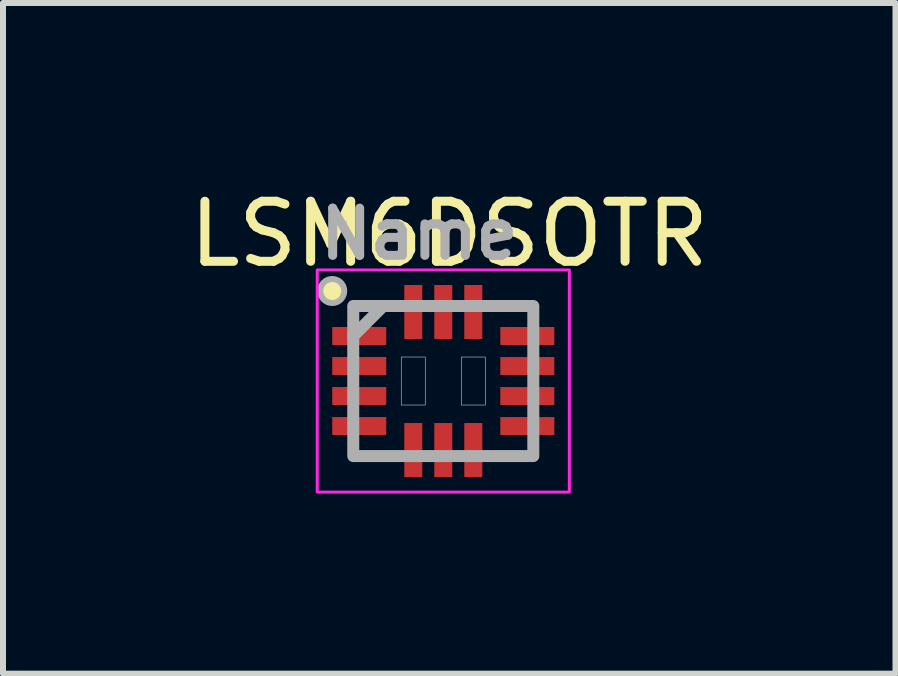
<source format=kicad_pcb>
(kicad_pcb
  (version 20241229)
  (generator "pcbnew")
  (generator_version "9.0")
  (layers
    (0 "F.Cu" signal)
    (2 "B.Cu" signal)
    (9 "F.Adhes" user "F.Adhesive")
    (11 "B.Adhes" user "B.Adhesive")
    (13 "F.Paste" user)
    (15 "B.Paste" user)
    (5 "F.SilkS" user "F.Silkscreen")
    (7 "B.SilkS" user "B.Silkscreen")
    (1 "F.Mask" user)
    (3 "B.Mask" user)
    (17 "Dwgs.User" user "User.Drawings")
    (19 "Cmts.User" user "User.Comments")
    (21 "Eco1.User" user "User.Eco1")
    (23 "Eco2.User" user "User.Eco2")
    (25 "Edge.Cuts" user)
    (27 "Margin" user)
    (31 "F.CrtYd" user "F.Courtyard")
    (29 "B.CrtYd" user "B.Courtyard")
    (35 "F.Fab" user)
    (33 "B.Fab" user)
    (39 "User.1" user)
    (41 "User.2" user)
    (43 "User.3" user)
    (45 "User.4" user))
  (footprint "LSM6DSOTR"
    (layer "F.Cu")
    (at 4.335 3.298)
    (property "Reference" "LSM6DSOTR" (at 0.1 -2.45 0) (layer "F.SilkS") (effects (font (size 1 1) (thickness 0.15))))
    (attr smd)
    (fp_rect (start -0.65 -1.6) (end -0.35 -0.7) (stroke (width 0.01) (type solid)) (fill yes) (layer "F.Mask"))
    (fp_rect (start -0.65 0.7) (end -0.35 1.6) (stroke (width 0.01) (type solid)) (fill yes) (layer "F.Mask"))
    (fp_rect (start -0.15 -1.6) (end 0.15 -0.7) (stroke (width 0.01) (type solid)) (fill yes) (layer "F.Mask"))
    (fp_rect (start -0.15 0.7) (end 0.15 1.6) (stroke (width 0.01) (type solid)) (fill yes) (layer "F.Mask"))
    (fp_rect (start 0.35 -1.6) (end 0.65 -0.7) (stroke (width 0.01) (type solid)) (fill yes) (layer "F.Mask"))
    (fp_rect (start 0.35 0.7) (end 0.65 1.6) (stroke (width 0.01) (type solid)) (fill yes) (layer "F.Mask"))
    (fp_poly (pts (xy -1.85 -0.9) (xy -0.95 -0.9) (xy -0.95 -0.6) (xy -1.85 -0.6)) (stroke (width 0.01) (type solid)) (fill yes) (layer "F.Mask"))
    (fp_poly (pts (xy -1.85 -0.4) (xy -0.95 -0.4) (xy -0.95 -0.1) (xy -1.85 -0.1)) (stroke (width 0.01) (type solid)) (fill yes) (layer "F.Mask"))
    (fp_poly (pts (xy -1.85 0.1) (xy -0.95 0.1) (xy -0.95 0.4) (xy -1.85 0.4)) (stroke (width 0.01) (type solid)) (fill yes) (layer "F.Mask"))
    (fp_poly (pts (xy -1.85 0.6) (xy -0.95 0.6) (xy -0.95 0.9) (xy -1.85 0.9)) (stroke (width 0.01) (type solid)) (fill yes) (layer "F.Mask"))
    (fp_poly (pts (xy 0.95 -0.9) (xy 1.85 -0.9) (xy 1.85 -0.6) (xy 0.95 -0.6)) (stroke (width 0.01) (type solid)) (fill yes) (layer "F.Mask"))
    (fp_poly (pts (xy 0.95 -0.4) (xy 1.85 -0.4) (xy 1.85 -0.1) (xy 0.95 -0.1)) (stroke (width 0.01) (type solid)) (fill yes) (layer "F.Mask"))
    (fp_poly (pts (xy 0.95 0.1) (xy 1.85 0.1) (xy 1.85 0.4) (xy 0.95 0.4)) (stroke (width 0.01) (type solid)) (fill yes) (layer "F.Mask"))
    (fp_poly (pts (xy 0.95 0.6) (xy 1.85 0.6) (xy 1.85 0.9) (xy 0.95 0.9)) (stroke (width 0.01) (type solid)) (fill yes) (layer "F.Mask"))
    (fp_circle (center -1.85 -1.5) (end -1.65 -1.5) (stroke (width 0) (type solid)) (fill yes) (layer "F.SilkS"))
    (fp_line (start -1.78 -0.76) (end -1.78 -0.78) (stroke (width 0.1) (type solid)) (layer "F.Paste"))
    (fp_line (start -1.78 -0.72) (end -1.78 -0.76) (stroke (width 0.1) (type solid)) (layer "F.Paste"))
    (fp_line (start -1.78 -0.24) (end -1.78 -0.28) (stroke (width 0.1) (type solid)) (layer "F.Paste"))
    (fp_line (start -1.78 -0.24) (end -1.02 -0.24) (stroke (width 0.1) (type solid)) (layer "F.Paste"))
    (fp_line (start -1.78 -0.22) (end -1.78 -0.24) (stroke (width 0.1) (type solid)) (layer "F.Paste"))
    (fp_line (start -1.78 0.26) (end -1.78 0.22) (stroke (width 0.1) (type solid)) (layer "F.Paste"))
    (fp_line (start -1.78 0.26) (end -1.02 0.26) (stroke (width 0.1) (type solid)) (layer "F.Paste"))
    (fp_line (start -1.78 0.28) (end -1.78 0.26) (stroke (width 0.1) (type solid)) (layer "F.Paste"))
    (fp_line (start -1.78 0.76) (end -1.78 0.72) (stroke (width 0.1) (type solid)) (layer "F.Paste"))
    (fp_line (start -1.78 0.76) (end -1.02 0.76) (stroke (width 0.1) (type solid)) (layer "F.Paste"))
    (fp_line (start -1.78 0.78) (end -1.78 0.76) (stroke (width 0.1) (type solid)) (layer "F.Paste"))
    (fp_line (start -1.73 -0.83) (end -1.07 -0.83) (stroke (width 0.1) (type solid)) (layer "F.Paste"))
    (fp_line (start -1.73 -0.33) (end -1.07 -0.33) (stroke (width 0.1) (type solid)) (layer "F.Paste"))
    (fp_line (start -1.73 0.17) (end -1.07 0.17) (stroke (width 0.1) (type solid)) (layer "F.Paste"))
    (fp_line (start -1.73 0.67) (end -1.07 0.67) (stroke (width 0.1) (type solid)) (layer "F.Paste"))
    (fp_line (start -1.07 -0.67) (end -1.73 -0.67) (stroke (width 0.1) (type solid)) (layer "F.Paste"))
    (fp_line (start -1.07 -0.17) (end -1.73 -0.17) (stroke (width 0.1) (type solid)) (layer "F.Paste"))
    (fp_line (start -1.07 0.33) (end -1.73 0.33) (stroke (width 0.1) (type solid)) (layer "F.Paste"))
    (fp_line (start -1.07 0.83) (end -1.73 0.83) (stroke (width 0.1) (type solid)) (layer "F.Paste"))
    (fp_line (start -1.02 -0.78) (end -1.02 -0.76) (stroke (width 0.1) (type solid)) (layer "F.Paste"))
    (fp_line (start -1.02 -0.76) (end -1.78 -0.76) (stroke (width 0.1) (type solid)) (layer "F.Paste"))
    (fp_line (start -1.02 -0.76) (end -1.02 -0.72) (stroke (width 0.1) (type solid)) (layer "F.Paste"))
    (fp_line (start -1.02 -0.28) (end -1.02 -0.24) (stroke (width 0.1) (type solid)) (layer "F.Paste"))
    (fp_line (start -1.02 -0.24) (end -1.02 -0.22) (stroke (width 0.1) (type solid)) (layer "F.Paste"))
    (fp_line (start -1.02 0.22) (end -1.02 0.26) (stroke (width 0.1) (type solid)) (layer "F.Paste"))
    (fp_line (start -1.02 0.26) (end -1.02 0.28) (stroke (width 0.1) (type solid)) (layer "F.Paste"))
    (fp_line (start -1.02 0.72) (end -1.02 0.76) (stroke (width 0.1) (type solid)) (layer "F.Paste"))
    (fp_line (start -1.02 0.76) (end -1.02 0.78) (stroke (width 0.1) (type solid)) (layer "F.Paste"))
    (fp_line (start -0.58 -0.82) (end -0.58 -1.48) (stroke (width 0.1) (type solid)) (layer "F.Paste"))
    (fp_line (start -0.58 1.48) (end -0.58 0.82) (stroke (width 0.1) (type solid)) (layer "F.Paste"))
    (fp_line (start -0.53 -1.53) (end -0.49 -1.53) (stroke (width 0.1) (type solid)) (layer "F.Paste"))
    (fp_line (start -0.53 0.77) (end -0.49 0.77) (stroke (width 0.1) (type solid)) (layer "F.Paste"))
    (fp_line (start -0.49 -1.53) (end -0.47 -1.53) (stroke (width 0.1) (type solid)) (layer "F.Paste"))
    (fp_line (start -0.49 -0.77) (end -0.53 -0.77) (stroke (width 0.1) (type solid)) (layer "F.Paste"))
    (fp_line (start -0.49 -0.77) (end -0.49 -1.53) (stroke (width 0.1) (type solid)) (layer "F.Paste"))
    (fp_line (start -0.49 0.77) (end -0.47 0.77) (stroke (width 0.1) (type solid)) (layer "F.Paste"))
    (fp_line (start -0.49 1.53) (end -0.53 1.53) (stroke (width 0.1) (type solid)) (layer "F.Paste"))
    (fp_line (start -0.49 1.53) (end -0.49 0.77) (stroke (width 0.1) (type solid)) (layer "F.Paste"))
    (fp_line (start -0.47 -0.77) (end -0.49 -0.77) (stroke (width 0.1) (type solid)) (layer "F.Paste"))
    (fp_line (start -0.47 1.53) (end -0.49 1.53) (stroke (width 0.1) (type solid)) (layer "F.Paste"))
    (fp_line (start -0.42 -1.48) (end -0.42 -0.82) (stroke (width 0.1) (type solid)) (layer "F.Paste"))
    (fp_line (start -0.42 0.82) (end -0.42 1.48) (stroke (width 0.1) (type solid)) (layer "F.Paste"))
    (fp_line (start -0.08 -0.82) (end -0.08 -1.48) (stroke (width 0.1) (type solid)) (layer "F.Paste"))
    (fp_line (start -0.08 1.48) (end -0.08 0.82) (stroke (width 0.1) (type solid)) (layer "F.Paste"))
    (fp_line (start -0.03 -1.53) (end 0.01 -1.53) (stroke (width 0.1) (type solid)) (layer "F.Paste"))
    (fp_line (start -0.03 0.77) (end 0.01 0.77) (stroke (width 0.1) (type solid)) (layer "F.Paste"))
    (fp_line (start 0.01 -1.53) (end 0.03 -1.53) (stroke (width 0.1) (type solid)) (layer "F.Paste"))
    (fp_line (start 0.01 -0.77) (end -0.03 -0.77) (stroke (width 0.1) (type solid)) (layer "F.Paste"))
    (fp_line (start 0.01 -0.77) (end 0.01 -1.53) (stroke (width 0.1) (type solid)) (layer "F.Paste"))
    (fp_line (start 0.01 0.77) (end 0.03 0.77) (stroke (width 0.1) (type solid)) (layer "F.Paste"))
    (fp_line (start 0.01 1.53) (end -0.03 1.53) (stroke (width 0.1) (type solid)) (layer "F.Paste"))
    (fp_line (start 0.01 1.53) (end 0.01 0.77) (stroke (width 0.1) (type solid)) (layer "F.Paste"))
    (fp_line (start 0.03 -0.77) (end 0.01 -0.77) (stroke (width 0.1) (type solid)) (layer "F.Paste"))
    (fp_line (start 0.03 1.53) (end 0.01 1.53) (stroke (width 0.1) (type solid)) (layer "F.Paste"))
    (fp_line (start 0.08 -1.48) (end 0.08 -0.82) (stroke (width 0.1) (type solid)) (layer "F.Paste"))
    (fp_line (start 0.08 0.82) (end 0.08 1.48) (stroke (width 0.1) (type solid)) (layer "F.Paste"))
    (fp_line (start 0.42 -0.82) (end 0.42 -1.48) (stroke (width 0.1) (type solid)) (layer "F.Paste"))
    (fp_line (start 0.42 1.48) (end 0.42 0.82) (stroke (width 0.1) (type solid)) (layer "F.Paste"))
    (fp_line (start 0.47 -1.53) (end 0.51 -1.53) (stroke (width 0.1) (type solid)) (layer "F.Paste"))
    (fp_line (start 0.47 0.77) (end 0.51 0.77) (stroke (width 0.1) (type solid)) (layer "F.Paste"))
    (fp_line (start 0.51 -1.53) (end 0.53 -1.53) (stroke (width 0.1) (type solid)) (layer "F.Paste"))
    (fp_line (start 0.51 -0.77) (end 0.47 -0.77) (stroke (width 0.1) (type solid)) (layer "F.Paste"))
    (fp_line (start 0.51 -0.77) (end 0.51 -1.53) (stroke (width 0.1) (type solid)) (layer "F.Paste"))
    (fp_line (start 0.51 0.77) (end 0.53 0.77) (stroke (width 0.1) (type solid)) (layer "F.Paste"))
    (fp_line (start 0.51 1.53) (end 0.47 1.53) (stroke (width 0.1) (type solid)) (layer "F.Paste"))
    (fp_line (start 0.51 1.53) (end 0.51 0.77) (stroke (width 0.1) (type solid)) (layer "F.Paste"))
    (fp_line (start 0.53 -0.77) (end 0.51 -0.77) (stroke (width 0.1) (type solid)) (layer "F.Paste"))
    (fp_line (start 0.53 1.53) (end 0.51 1.53) (stroke (width 0.1) (type solid)) (layer "F.Paste"))
    (fp_line (start 0.58 -1.48) (end 0.58 -0.82) (stroke (width 0.1) (type solid)) (layer "F.Paste"))
    (fp_line (start 0.58 0.82) (end 0.58 1.48) (stroke (width 0.1) (type solid)) (layer "F.Paste"))
    (fp_line (start 1.02 -0.74) (end 1.02 -0.78) (stroke (width 0.1) (type solid)) (layer "F.Paste"))
    (fp_line (start 1.02 -0.74) (end 1.78 -0.74) (stroke (width 0.1) (type solid)) (layer "F.Paste"))
    (fp_line (start 1.02 -0.72) (end 1.02 -0.74) (stroke (width 0.1) (type solid)) (layer "F.Paste"))
    (fp_line (start 1.02 -0.24) (end 1.02 -0.28) (stroke (width 0.1) (type solid)) (layer "F.Paste"))
    (fp_line (start 1.02 -0.24) (end 1.78 -0.24) (stroke (width 0.1) (type solid)) (layer "F.Paste"))
    (fp_line (start 1.02 -0.22) (end 1.02 -0.24) (stroke (width 0.1) (type solid)) (layer "F.Paste"))
    (fp_line (start 1.02 0.26) (end 1.02 0.22) (stroke (width 0.1) (type solid)) (layer "F.Paste"))
    (fp_line (start 1.02 0.26) (end 1.78 0.26) (stroke (width 0.1) (type solid)) (layer "F.Paste"))
    (fp_line (start 1.02 0.28) (end 1.02 0.26) (stroke (width 0.1) (type solid)) (layer "F.Paste"))
    (fp_line (start 1.02 0.74) (end 1.02 0.72) (stroke (width 0.1) (type solid)) (layer "F.Paste"))
    (fp_line (start 1.02 0.78) (end 1.02 0.74) (stroke (width 0.1) (type solid)) (layer "F.Paste"))
    (fp_line (start 1.07 -0.83) (end 1.73 -0.83) (stroke (width 0.1) (type solid)) (layer "F.Paste"))
    (fp_line (start 1.07 -0.33) (end 1.73 -0.33) (stroke (width 0.1) (type solid)) (layer "F.Paste"))
    (fp_line (start 1.07 0.17) (end 1.73 0.17) (stroke (width 0.1) (type solid)) (layer "F.Paste"))
    (fp_line (start 1.07 0.67) (end 1.73 0.67) (stroke (width 0.1) (type solid)) (layer "F.Paste"))
    (fp_line (start 1.73 -0.67) (end 1.07 -0.67) (stroke (width 0.1) (type solid)) (layer "F.Paste"))
    (fp_line (start 1.73 -0.17) (end 1.07 -0.17) (stroke (width 0.1) (type solid)) (layer "F.Paste"))
    (fp_line (start 1.73 0.33) (end 1.07 0.33) (stroke (width 0.1) (type solid)) (layer "F.Paste"))
    (fp_line (start 1.73 0.83) (end 1.07 0.83) (stroke (width 0.1) (type solid)) (layer "F.Paste"))
    (fp_line (start 1.78 -0.78) (end 1.78 -0.74) (stroke (width 0.1) (type solid)) (layer "F.Paste"))
    (fp_line (start 1.78 -0.74) (end 1.78 -0.72) (stroke (width 0.1) (type solid)) (layer "F.Paste"))
    (fp_line (start 1.78 -0.28) (end 1.78 -0.24) (stroke (width 0.1) (type solid)) (layer "F.Paste"))
    (fp_line (start 1.78 -0.24) (end 1.78 -0.22) (stroke (width 0.1) (type solid)) (layer "F.Paste"))
    (fp_line (start 1.78 0.22) (end 1.78 0.26) (stroke (width 0.1) (type solid)) (layer "F.Paste"))
    (fp_line (start 1.78 0.26) (end 1.78 0.28) (stroke (width 0.1) (type solid)) (layer "F.Paste"))
    (fp_line (start 1.78 0.72) (end 1.78 0.74) (stroke (width 0.1) (type solid)) (layer "F.Paste"))
    (fp_line (start 1.78 0.74) (end 1.02 0.74) (stroke (width 0.1) (type solid)) (layer "F.Paste"))
    (fp_line (start 1.78 0.74) (end 1.78 0.78) (stroke (width 0.1) (type solid)) (layer "F.Paste"))
    (fp_arc (start -1.78 -0.78) (mid -1.765355 -0.815355) (end -1.73 -0.83) (stroke (width 0.1) (type solid)) (layer "F.Paste"))
    (fp_arc (start -1.78 -0.28) (mid -1.765355 -0.315355) (end -1.73 -0.33) (stroke (width 0.1) (type solid)) (layer "F.Paste"))
    (fp_arc (start -1.78 0.22) (mid -1.765355 0.184645) (end -1.73 0.17) (stroke (width 0.1) (type solid)) (layer "F.Paste"))
    (fp_arc (start -1.78 0.72) (mid -1.765355 0.684645) (end -1.73 0.67) (stroke (width 0.1) (type solid)) (layer "F.Paste"))
    (fp_arc (start -1.73 -0.67) (mid -1.765355 -0.684645) (end -1.78 -0.72) (stroke (width 0.1) (type solid)) (layer "F.Paste"))
    (fp_arc (start -1.73 -0.17) (mid -1.765355 -0.184645) (end -1.78 -0.22) (stroke (width 0.1) (type solid)) (layer "F.Paste"))
    (fp_arc (start -1.73 0.33) (mid -1.765355 0.315355) (end -1.78 0.28) (stroke (width 0.1) (type solid)) (layer "F.Paste"))
    (fp_arc (start -1.73 0.83) (mid -1.765355 0.815355) (end -1.78 0.78) (stroke (width 0.1) (type solid)) (layer "F.Paste"))
    (fp_arc (start -1.07 -0.83) (mid -1.034645 -0.815355) (end -1.02 -0.78) (stroke (width 0.1) (type solid)) (layer "F.Paste"))
    (fp_arc (start -1.07 -0.33) (mid -1.034645 -0.315355) (end -1.02 -0.28) (stroke (width 0.1) (type solid)) (layer "F.Paste"))
    (fp_arc (start -1.07 0.17) (mid -1.034645 0.184645) (end -1.02 0.22) (stroke (width 0.1) (type solid)) (layer "F.Paste"))
    (fp_arc (start -1.07 0.67) (mid -1.034645 0.684645) (end -1.02 0.72) (stroke (width 0.1) (type solid)) (layer "F.Paste"))
    (fp_arc (start -1.02 -0.72) (mid -1.034645 -0.684645) (end -1.07 -0.67) (stroke (width 0.1) (type solid)) (layer "F.Paste"))
    (fp_arc (start -1.02 -0.22) (mid -1.034645 -0.184645) (end -1.07 -0.17) (stroke (width 0.1) (type solid)) (layer "F.Paste"))
    (fp_arc (start -1.02 0.28) (mid -1.034645 0.315355) (end -1.07 0.33) (stroke (width 0.1) (type solid)) (layer "F.Paste"))
    (fp_arc (start -1.02 0.78) (mid -1.034645 0.815355) (end -1.07 0.83) (stroke (width 0.1) (type solid)) (layer "F.Paste"))
    (fp_arc (start -0.58 -1.48) (mid -0.565355 -1.515355) (end -0.53 -1.53) (stroke (width 0.1) (type solid)) (layer "F.Paste"))
    (fp_arc (start -0.58 0.82) (mid -0.565355 0.784645) (end -0.53 0.77) (stroke (width 0.1) (type solid)) (layer "F.Paste"))
    (fp_arc (start -0.53 -0.77) (mid -0.565355 -0.784645) (end -0.58 -0.82) (stroke (width 0.1) (type solid)) (layer "F.Paste"))
    (fp_arc (start -0.53 1.53) (mid -0.565355 1.515355) (end -0.58 1.48) (stroke (width 0.1) (type solid)) (layer "F.Paste"))
    (fp_arc (start -0.47 -1.53) (mid -0.434645 -1.515355) (end -0.42 -1.48) (stroke (width 0.1) (type solid)) (layer "F.Paste"))
    (fp_arc (start -0.47 0.77) (mid -0.434645 0.784645) (end -0.42 0.82) (stroke (width 0.1) (type solid)) (layer "F.Paste"))
    (fp_arc (start -0.42 -0.82) (mid -0.434645 -0.784645) (end -0.47 -0.77) (stroke (width 0.1) (type solid)) (layer "F.Paste"))
    (fp_arc (start -0.42 1.48) (mid -0.434645 1.515355) (end -0.47 1.53) (stroke (width 0.1) (type solid)) (layer "F.Paste"))
    (fp_arc (start -0.08 -1.48) (mid -0.065355 -1.515355) (end -0.03 -1.53) (stroke (width 0.1) (type solid)) (layer "F.Paste"))
    (fp_arc (start -0.08 0.82) (mid -0.065355 0.784645) (end -0.03 0.77) (stroke (width 0.1) (type solid)) (layer "F.Paste"))
    (fp_arc (start -0.03 -0.77) (mid -0.065355 -0.784645) (end -0.08 -0.82) (stroke (width 0.1) (type solid)) (layer "F.Paste"))
    (fp_arc (start -0.03 1.53) (mid -0.065355 1.515355) (end -0.08 1.48) (stroke (width 0.1) (type solid)) (layer "F.Paste"))
    (fp_arc (start 0.03 -1.53) (mid 0.065355 -1.515355) (end 0.08 -1.48) (stroke (width 0.1) (type solid)) (layer "F.Paste"))
    (fp_arc (start 0.03 0.77) (mid 0.065355 0.784645) (end 0.08 0.82) (stroke (width 0.1) (type solid)) (layer "F.Paste"))
    (fp_arc (start 0.08 -0.82) (mid 0.065355 -0.784645) (end 0.03 -0.77) (stroke (width 0.1) (type solid)) (layer "F.Paste"))
    (fp_arc (start 0.08 1.48) (mid 0.065355 1.515355) (end 0.03 1.53) (stroke (width 0.1) (type solid)) (layer "F.Paste"))
    (fp_arc (start 0.42 -1.48) (mid 0.434645 -1.515355) (end 0.47 -1.53) (stroke (width 0.1) (type solid)) (layer "F.Paste"))
    (fp_arc (start 0.42 0.82) (mid 0.434645 0.784645) (end 0.47 0.77) (stroke (width 0.1) (type solid)) (layer "F.Paste"))
    (fp_arc (start 0.47 -0.77) (mid 0.434645 -0.784645) (end 0.42 -0.82) (stroke (width 0.1) (type solid)) (layer "F.Paste"))
    (fp_arc (start 0.47 1.53) (mid 0.434645 1.515355) (end 0.42 1.48) (stroke (width 0.1) (type solid)) (layer "F.Paste"))
    (fp_arc (start 0.53 -1.53) (mid 0.565355 -1.515355) (end 0.58 -1.48) (stroke (width 0.1) (type solid)) (layer "F.Paste"))
    (fp_arc (start 0.53 0.77) (mid 0.565355 0.784645) (end 0.58 0.82) (stroke (width 0.1) (type solid)) (layer "F.Paste"))
    (fp_arc (start 0.58 -0.82) (mid 0.565355 -0.784645) (end 0.53 -0.77) (stroke (width 0.1) (type solid)) (layer "F.Paste"))
    (fp_arc (start 0.58 1.48) (mid 0.565355 1.515355) (end 0.53 1.53) (stroke (width 0.1) (type solid)) (layer "F.Paste"))
    (fp_arc (start 1.02 -0.78) (mid 1.034645 -0.815355) (end 1.07 -0.83) (stroke (width 0.1) (type solid)) (layer "F.Paste"))
    (fp_arc (start 1.02 -0.28) (mid 1.034645 -0.315355) (end 1.07 -0.33) (stroke (width 0.1) (type solid)) (layer "F.Paste"))
    (fp_arc (start 1.02 0.22) (mid 1.034645 0.184645) (end 1.07 0.17) (stroke (width 0.1) (type solid)) (layer "F.Paste"))
    (fp_arc (start 1.02 0.72) (mid 1.034645 0.684645) (end 1.07 0.67) (stroke (width 0.1) (type solid)) (layer "F.Paste"))
    (fp_arc (start 1.07 -0.67) (mid 1.034645 -0.684645) (end 1.02 -0.72) (stroke (width 0.1) (type solid)) (layer "F.Paste"))
    (fp_arc (start 1.07 -0.17) (mid 1.034645 -0.184645) (end 1.02 -0.22) (stroke (width 0.1) (type solid)) (layer "F.Paste"))
    (fp_arc (start 1.07 0.33) (mid 1.034645 0.315355) (end 1.02 0.28) (stroke (width 0.1) (type solid)) (layer "F.Paste"))
    (fp_arc (start 1.07 0.83) (mid 1.034645 0.815355) (end 1.02 0.78) (stroke (width 0.1) (type solid)) (layer "F.Paste"))
    (fp_arc (start 1.73 -0.83) (mid 1.765355 -0.815355) (end 1.78 -0.78) (stroke (width 0.1) (type solid)) (layer "F.Paste"))
    (fp_arc (start 1.73 -0.33) (mid 1.765355 -0.315355) (end 1.78 -0.28) (stroke (width 0.1) (type solid)) (layer "F.Paste"))
    (fp_arc (start 1.73 0.17) (mid 1.765355 0.184645) (end 1.78 0.22) (stroke (width 0.1) (type solid)) (layer "F.Paste"))
    (fp_arc (start 1.73 0.67) (mid 1.765355 0.684645) (end 1.78 0.72) (stroke (width 0.1) (type solid)) (layer "F.Paste"))
    (fp_arc (start 1.78 -0.72) (mid 1.765355 -0.684645) (end 1.73 -0.67) (stroke (width 0.1) (type solid)) (layer "F.Paste"))
    (fp_arc (start 1.78 -0.22) (mid 1.765355 -0.184645) (end 1.73 -0.17) (stroke (width 0.1) (type solid)) (layer "F.Paste"))
    (fp_arc (start 1.78 0.28) (mid 1.765355 0.315355) (end 1.73 0.33) (stroke (width 0.1) (type solid)) (layer "F.Paste"))
    (fp_arc (start 1.78 0.78) (mid 1.765355 0.815355) (end 1.73 0.83) (stroke (width 0.1) (type solid)) (layer "F.Paste"))
    (fp_poly (pts (xy -0.7 -0.4) (xy -0.3 -0.4) (xy -0.3 0.4) (xy -0.7 0.4)) (stroke (width 0.01) (type solid)) (fill no) (layer "Dwgs.User"))
    (fp_poly (pts (xy 0.3 -0.4) (xy 0.7 -0.4) (xy 0.7 0.4) (xy 0.3 0.4)) (stroke (width 0.01) (type solid)) (fill no) (layer "Dwgs.User"))
    (fp_rect (start -2.1 -1.85) (end 2.1 1.85) (stroke (width 0.05) (type solid)) (fill no) (layer "F.CrtYd"))
    (fp_line (start -1.5 -0.75) (end -1 -1.25) (stroke (width 0.2) (type solid)) (layer "F.Fab"))
    (fp_rect (start -1.5 -1.25) (end 1.5 1.25) (stroke (width 0.2) (type solid)) (fill no) (layer "F.Fab"))
    (fp_circle (center -1.85 -1.5) (end -1.65 -1.5) (stroke (width 0.1) (type solid)) (fill no) (layer "F.Fab"))
    (fp_text user "Name" (at -0.4 -2.45 0) (layer "F.Fab") (effects (font (size 0.787 0.787) (thickness 0.15))))
    (pad "1" smd rect (at -1.4 -0.75) (size 0.9 0.3) (layers "F.Cu"))
    (pad "2" smd rect (at -1.4 -0.25) (size 0.9 0.3) (layers "F.Cu"))
    (pad "3" smd rect (at -1.4 0.25) (size 0.9 0.3) (layers "F.Cu"))
    (pad "4" smd rect (at -1.4 0.75) (size 0.9 0.3) (layers "F.Cu"))
    (pad "5" smd rect (at -0.5 1.15) (size 0.3 0.9) (layers "F.Cu"))
    (pad "6" smd rect (at 0 1.15) (size 0.3 0.9) (layers "F.Cu"))
    (pad "7" smd rect (at 0.5 1.15) (size 0.3 0.9) (layers "F.Cu"))
    (pad "8" smd rect (at 1.4 0.75) (size 0.9 0.3) (layers "F.Cu"))
    (pad "9" smd rect (at 1.4 0.25) (size 0.9 0.3) (layers "F.Cu"))
    (pad "10" smd rect (at 1.4 -0.25) (size 0.9 0.3) (layers "F.Cu"))
    (pad "11" smd rect (at 1.4 -0.75) (size 0.9 0.3) (layers "F.Cu"))
    (pad "12" smd rect (at 0.5 -1.15) (size 0.3 0.9) (layers "F.Cu"))
    (pad "13" smd rect (at 0 -1.15) (size 0.3 0.9) (layers "F.Cu"))
    (pad "14" smd rect (at -0.5 -1.15) (size 0.3 0.9) (layers "F.Cu")))
  (gr_rect
    (start -3 -3)
    (end 11.869 8.173)
    (stroke (width 0.1) (type default))
    (fill no)
    (layer "Edge.Cuts")))
</source>
